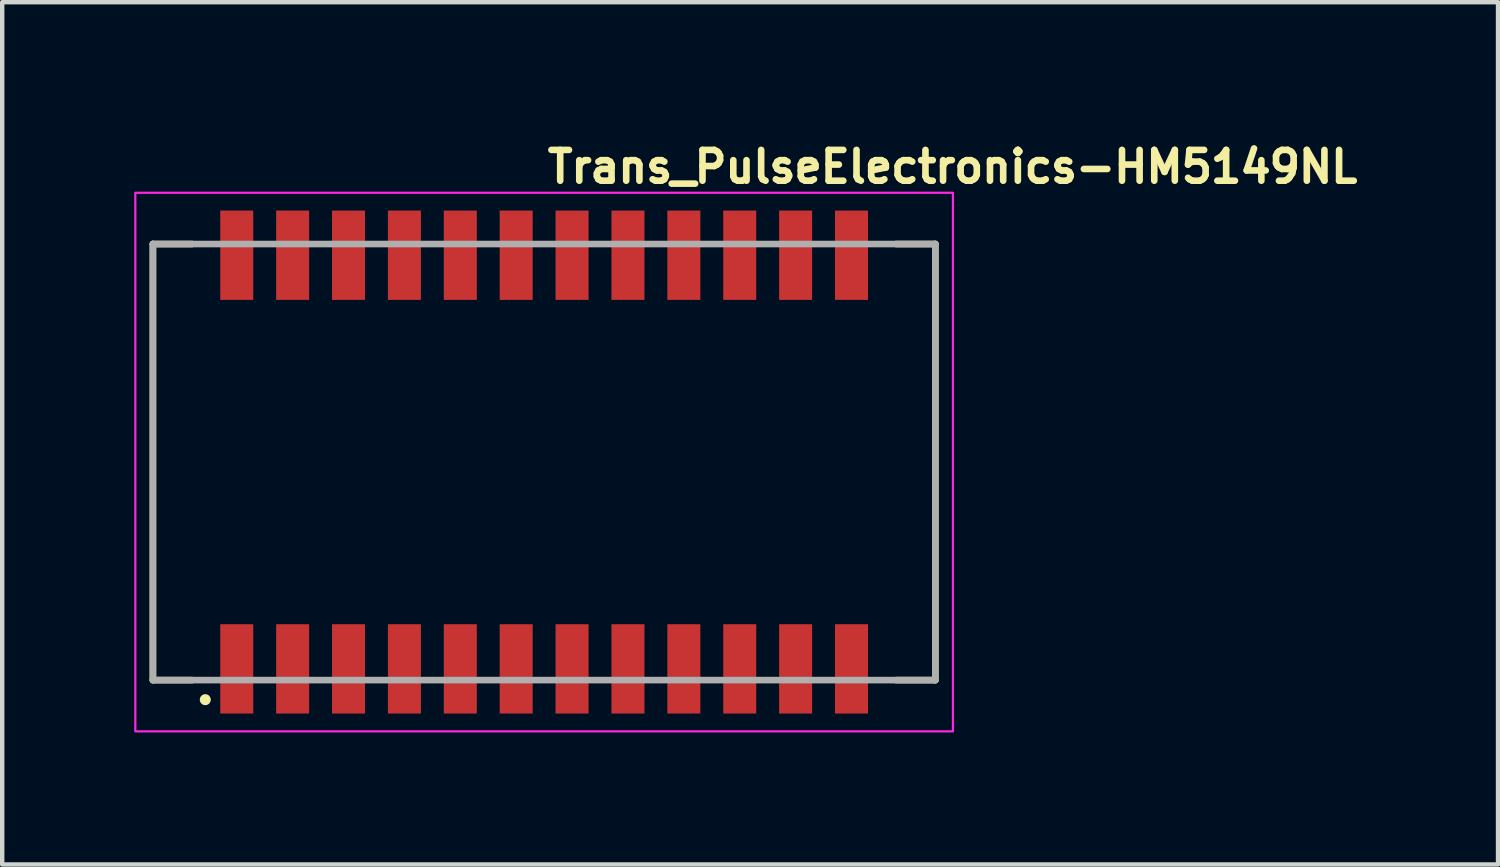
<source format=kicad_pcb>
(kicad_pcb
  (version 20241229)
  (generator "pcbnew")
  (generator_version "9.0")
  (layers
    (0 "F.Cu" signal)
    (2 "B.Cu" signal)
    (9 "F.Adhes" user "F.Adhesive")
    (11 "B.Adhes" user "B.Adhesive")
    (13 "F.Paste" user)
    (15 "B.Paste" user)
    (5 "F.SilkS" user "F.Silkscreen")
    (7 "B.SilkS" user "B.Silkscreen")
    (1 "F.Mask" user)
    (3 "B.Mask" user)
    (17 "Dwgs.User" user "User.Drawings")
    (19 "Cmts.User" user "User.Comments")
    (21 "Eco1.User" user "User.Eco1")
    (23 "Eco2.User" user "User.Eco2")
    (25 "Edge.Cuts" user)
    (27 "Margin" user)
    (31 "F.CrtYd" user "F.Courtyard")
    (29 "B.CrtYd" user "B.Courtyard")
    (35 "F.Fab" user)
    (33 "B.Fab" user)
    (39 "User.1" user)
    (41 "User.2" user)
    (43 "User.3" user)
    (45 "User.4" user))
  (footprint "Trans_PulseElectronics-HM5149NL"
    (layer "F.Cu")
    (at 9.315 7.45)
    (property "Reference" "Trans_PulseElectronics-HM5149NL" (at 0 -6.3 0) (layer "F.SilkS") (effects (font (size 0.7 0.7) (thickness 0.15)) (justify left bottom)))
    (attr smd)
    (fp_line (start -8.89 -4.955) (end -8 -4.955) (stroke (width 0.15) (type solid)) (layer "F.SilkS"))
    (fp_line (start -8.89 4.955) (end -8.89 -4.955) (stroke (width 0.15) (type solid)) (layer "F.SilkS"))
    (fp_line (start -8 4.955) (end -8.89 4.955) (stroke (width 0.15) (type solid)) (layer "F.SilkS"))
    (fp_line (start 8 -4.955) (end 8.89 -4.955) (stroke (width 0.15) (type solid)) (layer "F.SilkS"))
    (fp_line (start 8.89 -4.955) (end 8.89 4.955) (stroke (width 0.15) (type solid)) (layer "F.SilkS"))
    (fp_line (start 8.89 4.955) (end 8 4.955) (stroke (width 0.15) (type solid)) (layer "F.SilkS"))
    (fp_circle (center -7.7 5.4) (end -7.65 5.4) (stroke (width 0.15) (type solid)) (fill yes) (layer "F.SilkS"))
    (fp_rect (start -9.29 -6.12) (end 9.29 6.12) (stroke (width 0.05) (type solid)) (fill no) (layer "F.CrtYd"))
    (fp_line (start -8.89 -4.955) (end 8.89 -4.955) (stroke (width 0.15) (type solid)) (layer "F.Fab"))
    (fp_line (start -8.89 4.955) (end -8.89 -4.955) (stroke (width 0.15) (type solid)) (layer "F.Fab"))
    (fp_line (start 8.89 -4.955) (end 8.89 4.955) (stroke (width 0.15) (type solid)) (layer "F.Fab"))
    (fp_line (start 8.89 4.955) (end -8.89 4.955) (stroke (width 0.15) (type solid)) (layer "F.Fab"))
    (fp_rect (start -8.89 -5.64) (end 8.89 5.64) (stroke (width 0.1) (type solid)) (fill no) (layer "User.5"))
    (fp_line (start -8.89 -4.955) (end 8.89 -4.955) (stroke (width 0.02) (type solid)) (layer "User.9"))
    (fp_line (start -8.89 4.955) (end -8.89 -4.955) (stroke (width 0.02) (type solid)) (layer "User.9"))
    (fp_line (start -7.285 -5.64) (end -6.685 -5.64) (stroke (width 0.02) (type solid)) (layer "User.9"))
    (fp_line (start -7.285 -4.955) (end -7.285 -5.64) (stroke (width 0.02) (type solid)) (layer "User.9"))
    (fp_line (start -7.285 5.64) (end -7.285 4.955) (stroke (width 0.02) (type solid)) (layer "User.9"))
    (fp_line (start -7.285 5.64) (end -6.685 5.64) (stroke (width 0.02) (type solid)) (layer "User.9"))
    (fp_line (start -6.685 -4.955) (end -6.685 -5.64) (stroke (width 0.02) (type solid)) (layer "User.9"))
    (fp_line (start -6.685 5.64) (end -6.685 4.955) (stroke (width 0.02) (type solid)) (layer "User.9"))
    (fp_line (start -6.015 -5.64) (end -5.415 -5.64) (stroke (width 0.02) (type solid)) (layer "User.9"))
    (fp_line (start -6.015 -4.955) (end -6.015 -5.64) (stroke (width 0.02) (type solid)) (layer "User.9"))
    (fp_line (start -6.015 5.64) (end -6.015 4.955) (stroke (width 0.02) (type solid)) (layer "User.9"))
    (fp_line (start -6.015 5.64) (end -5.415 5.64) (stroke (width 0.02) (type solid)) (layer "User.9"))
    (fp_line (start -5.415 -4.955) (end -5.415 -5.64) (stroke (width 0.02) (type solid)) (layer "User.9"))
    (fp_line (start -5.415 5.64) (end -5.415 4.955) (stroke (width 0.02) (type solid)) (layer "User.9"))
    (fp_line (start -4.745 -5.64) (end -4.145 -5.64) (stroke (width 0.02) (type solid)) (layer "User.9"))
    (fp_line (start -4.745 -4.955) (end -4.745 -5.64) (stroke (width 0.02) (type solid)) (layer "User.9"))
    (fp_line (start -4.745 5.64) (end -4.745 4.955) (stroke (width 0.02) (type solid)) (layer "User.9"))
    (fp_line (start -4.745 5.64) (end -4.145 5.64) (stroke (width 0.02) (type solid)) (layer "User.9"))
    (fp_line (start -4.145 -4.955) (end -4.145 -5.64) (stroke (width 0.02) (type solid)) (layer "User.9"))
    (fp_line (start -4.145 5.64) (end -4.145 4.955) (stroke (width 0.02) (type solid)) (layer "User.9"))
    (fp_line (start -3.475 -5.64) (end -2.875 -5.64) (stroke (width 0.02) (type solid)) (layer "User.9"))
    (fp_line (start -3.475 -4.955) (end -3.475 -5.64) (stroke (width 0.02) (type solid)) (layer "User.9"))
    (fp_line (start -3.475 5.64) (end -3.475 4.955) (stroke (width 0.02) (type solid)) (layer "User.9"))
    (fp_line (start -3.475 5.64) (end -2.875 5.64) (stroke (width 0.02) (type solid)) (layer "User.9"))
    (fp_line (start -2.875 -4.955) (end -2.875 -5.64) (stroke (width 0.02) (type solid)) (layer "User.9"))
    (fp_line (start -2.875 5.64) (end -2.875 4.955) (stroke (width 0.02) (type solid)) (layer "User.9"))
    (fp_line (start -2.205 -5.64) (end -1.605 -5.64) (stroke (width 0.02) (type solid)) (layer "User.9"))
    (fp_line (start -2.205 -4.955) (end -2.205 -5.64) (stroke (width 0.02) (type solid)) (layer "User.9"))
    (fp_line (start -2.205 5.64) (end -2.205 4.955) (stroke (width 0.02) (type solid)) (layer "User.9"))
    (fp_line (start -2.205 5.64) (end -1.605 5.64) (stroke (width 0.02) (type solid)) (layer "User.9"))
    (fp_line (start -1.605 -4.955) (end -1.605 -5.64) (stroke (width 0.02) (type solid)) (layer "User.9"))
    (fp_line (start -1.605 5.64) (end -1.605 4.955) (stroke (width 0.02) (type solid)) (layer "User.9"))
    (fp_line (start -0.935 -5.64) (end -0.335 -5.64) (stroke (width 0.02) (type solid)) (layer "User.9"))
    (fp_line (start -0.935 -4.955) (end -0.935 -5.64) (stroke (width 0.02) (type solid)) (layer "User.9"))
    (fp_line (start -0.935 5.64) (end -0.935 4.955) (stroke (width 0.02) (type solid)) (layer "User.9"))
    (fp_line (start -0.935 5.64) (end -0.335 5.64) (stroke (width 0.02) (type solid)) (layer "User.9"))
    (fp_line (start -0.335 -4.955) (end -0.335 -5.64) (stroke (width 0.02) (type solid)) (layer "User.9"))
    (fp_line (start -0.335 5.64) (end -0.335 4.955) (stroke (width 0.02) (type solid)) (layer "User.9"))
    (fp_line (start 0.335 -5.64) (end 0.935 -5.64) (stroke (width 0.02) (type solid)) (layer "User.9"))
    (fp_line (start 0.335 -4.955) (end 0.335 -5.64) (stroke (width 0.02) (type solid)) (layer "User.9"))
    (fp_line (start 0.335 5.64) (end 0.335 4.955) (stroke (width 0.02) (type solid)) (layer "User.9"))
    (fp_line (start 0.335 5.64) (end 0.935 5.64) (stroke (width 0.02) (type solid)) (layer "User.9"))
    (fp_line (start 0.935 -4.955) (end 0.935 -5.64) (stroke (width 0.02) (type solid)) (layer "User.9"))
    (fp_line (start 0.935 5.64) (end 0.935 4.955) (stroke (width 0.02) (type solid)) (layer "User.9"))
    (fp_line (start 1.605 -5.64) (end 2.205 -5.64) (stroke (width 0.02) (type solid)) (layer "User.9"))
    (fp_line (start 1.605 -4.955) (end 1.605 -5.64) (stroke (width 0.02) (type solid)) (layer "User.9"))
    (fp_line (start 1.605 5.64) (end 1.605 4.955) (stroke (width 0.02) (type solid)) (layer "User.9"))
    (fp_line (start 1.605 5.64) (end 2.205 5.64) (stroke (width 0.02) (type solid)) (layer "User.9"))
    (fp_line (start 2.205 -4.955) (end 2.205 -5.64) (stroke (width 0.02) (type solid)) (layer "User.9"))
    (fp_line (start 2.205 5.64) (end 2.205 4.955) (stroke (width 0.02) (type solid)) (layer "User.9"))
    (fp_line (start 2.875 -5.64) (end 3.475 -5.64) (stroke (width 0.02) (type solid)) (layer "User.9"))
    (fp_line (start 2.875 -4.955) (end 2.875 -5.64) (stroke (width 0.02) (type solid)) (layer "User.9"))
    (fp_line (start 2.875 5.64) (end 2.875 4.955) (stroke (width 0.02) (type solid)) (layer "User.9"))
    (fp_line (start 2.875 5.64) (end 3.475 5.64) (stroke (width 0.02) (type solid)) (layer "User.9"))
    (fp_line (start 3.475 -4.955) (end 3.475 -5.64) (stroke (width 0.02) (type solid)) (layer "User.9"))
    (fp_line (start 3.475 5.64) (end 3.475 4.955) (stroke (width 0.02) (type solid)) (layer "User.9"))
    (fp_line (start 4.145 -5.64) (end 4.745 -5.64) (stroke (width 0.02) (type solid)) (layer "User.9"))
    (fp_line (start 4.145 -4.955) (end 4.145 -5.64) (stroke (width 0.02) (type solid)) (layer "User.9"))
    (fp_line (start 4.145 5.64) (end 4.145 4.955) (stroke (width 0.02) (type solid)) (layer "User.9"))
    (fp_line (start 4.145 5.64) (end 4.745 5.64) (stroke (width 0.02) (type solid)) (layer "User.9"))
    (fp_line (start 4.745 -4.955) (end 4.745 -5.64) (stroke (width 0.02) (type solid)) (layer "User.9"))
    (fp_line (start 4.745 5.64) (end 4.745 4.955) (stroke (width 0.02) (type solid)) (layer "User.9"))
    (fp_line (start 5.415 -5.64) (end 6.015 -5.64) (stroke (width 0.02) (type solid)) (layer "User.9"))
    (fp_line (start 5.415 -4.955) (end 5.415 -5.64) (stroke (width 0.02) (type solid)) (layer "User.9"))
    (fp_line (start 5.415 5.64) (end 5.415 4.955) (stroke (width 0.02) (type solid)) (layer "User.9"))
    (fp_line (start 5.415 5.64) (end 6.015 5.64) (stroke (width 0.02) (type solid)) (layer "User.9"))
    (fp_line (start 6.015 -4.955) (end 6.015 -5.64) (stroke (width 0.02) (type solid)) (layer "User.9"))
    (fp_line (start 6.015 5.64) (end 6.015 4.955) (stroke (width 0.02) (type solid)) (layer "User.9"))
    (fp_line (start 6.685 -5.64) (end 7.285 -5.64) (stroke (width 0.02) (type solid)) (layer "User.9"))
    (fp_line (start 6.685 -4.955) (end 6.685 -5.64) (stroke (width 0.02) (type solid)) (layer "User.9"))
    (fp_line (start 6.685 5.64) (end 6.685 4.955) (stroke (width 0.02) (type solid)) (layer "User.9"))
    (fp_line (start 6.685 5.64) (end 7.285 5.64) (stroke (width 0.02) (type solid)) (layer "User.9"))
    (fp_line (start 7.285 -4.955) (end 7.285 -5.64) (stroke (width 0.02) (type solid)) (layer "User.9"))
    (fp_line (start 7.285 5.64) (end 7.285 4.955) (stroke (width 0.02) (type solid)) (layer "User.9"))
    (fp_line (start 8.89 -4.955) (end 8.89 4.955) (stroke (width 0.02) (type solid)) (layer "User.9"))
    (fp_line (start 8.89 4.955) (end -8.89 4.955) (stroke (width 0.02) (type solid)) (layer "User.9"))
    (pad "1" smd rect (at -6.985 4.7) (size 0.75 2.03) (layers "F.Cu" "F.Mask" "F.Paste"))
    (pad "2" smd rect (at -5.715 4.7) (size 0.75 2.03) (layers "F.Cu" "F.Mask" "F.Paste"))
    (pad "3" smd rect (at -4.445 4.7) (size 0.75 2.03) (layers "F.Cu" "F.Mask" "F.Paste"))
    (pad "4" smd rect (at -3.175 4.7) (size 0.75 2.03) (layers "F.Cu" "F.Mask" "F.Paste"))
    (pad "5" smd rect (at -1.905 4.7) (size 0.75 2.03) (layers "F.Cu" "F.Mask" "F.Paste"))
    (pad "6" smd rect (at -0.635 4.7) (size 0.75 2.03) (layers "F.Cu" "F.Mask" "F.Paste"))
    (pad "7" smd rect (at 0.635 4.7) (size 0.75 2.03) (layers "F.Cu" "F.Mask" "F.Paste"))
    (pad "8" smd rect (at 1.905 4.7) (size 0.75 2.03) (layers "F.Cu" "F.Mask" "F.Paste"))
    (pad "9" smd rect (at 3.175 4.7) (size 0.75 2.03) (layers "F.Cu" "F.Mask" "F.Paste"))
    (pad "10" smd rect (at 4.445 4.7) (size 0.75 2.03) (layers "F.Cu" "F.Mask" "F.Paste"))
    (pad "11" smd rect (at 5.715 4.7) (size 0.75 2.03) (layers "F.Cu" "F.Mask" "F.Paste"))
    (pad "12" smd rect (at 6.985 4.7) (size 0.75 2.03) (layers "F.Cu" "F.Mask" "F.Paste"))
    (pad "13" smd rect (at 6.985 -4.7) (size 0.75 2.03) (layers "F.Cu" "F.Mask" "F.Paste"))
    (pad "14" smd rect (at 5.715 -4.7) (size 0.75 2.03) (layers "F.Cu" "F.Mask" "F.Paste"))
    (pad "15" smd rect (at 4.445 -4.7) (size 0.75 2.03) (layers "F.Cu" "F.Mask" "F.Paste"))
    (pad "16" smd rect (at 3.175 -4.7) (size 0.75 2.03) (layers "F.Cu" "F.Mask" "F.Paste"))
    (pad "17" smd rect (at 1.905 -4.7) (size 0.75 2.03) (layers "F.Cu" "F.Mask" "F.Paste"))
    (pad "18" smd rect (at 0.635 -4.7) (size 0.75 2.03) (layers "F.Cu" "F.Mask" "F.Paste"))
    (pad "19" smd rect (at -0.635 -4.7) (size 0.75 2.03) (layers "F.Cu" "F.Mask" "F.Paste"))
    (pad "20" smd rect (at -1.905 -4.7) (size 0.75 2.03) (layers "F.Cu" "F.Mask" "F.Paste"))
    (pad "21" smd rect (at -3.175 -4.7) (size 0.75 2.03) (layers "F.Cu" "F.Mask" "F.Paste"))
    (pad "22" smd rect (at -4.445 -4.7) (size 0.75 2.03) (layers "F.Cu" "F.Mask" "F.Paste"))
    (pad "23" smd rect (at -5.715 -4.7) (size 0.75 2.03) (layers "F.Cu" "F.Mask" "F.Paste"))
    (pad "24" smd rect (at -6.985 -4.7) (size 0.75 2.03) (layers "F.Cu" "F.Mask" "F.Paste")))
  (gr_rect
    (start -3 -3)
    (end 30.992 16.595)
    (stroke (width 0.1) (type default))
    (fill no)
    (layer "Edge.Cuts")))
</source>
